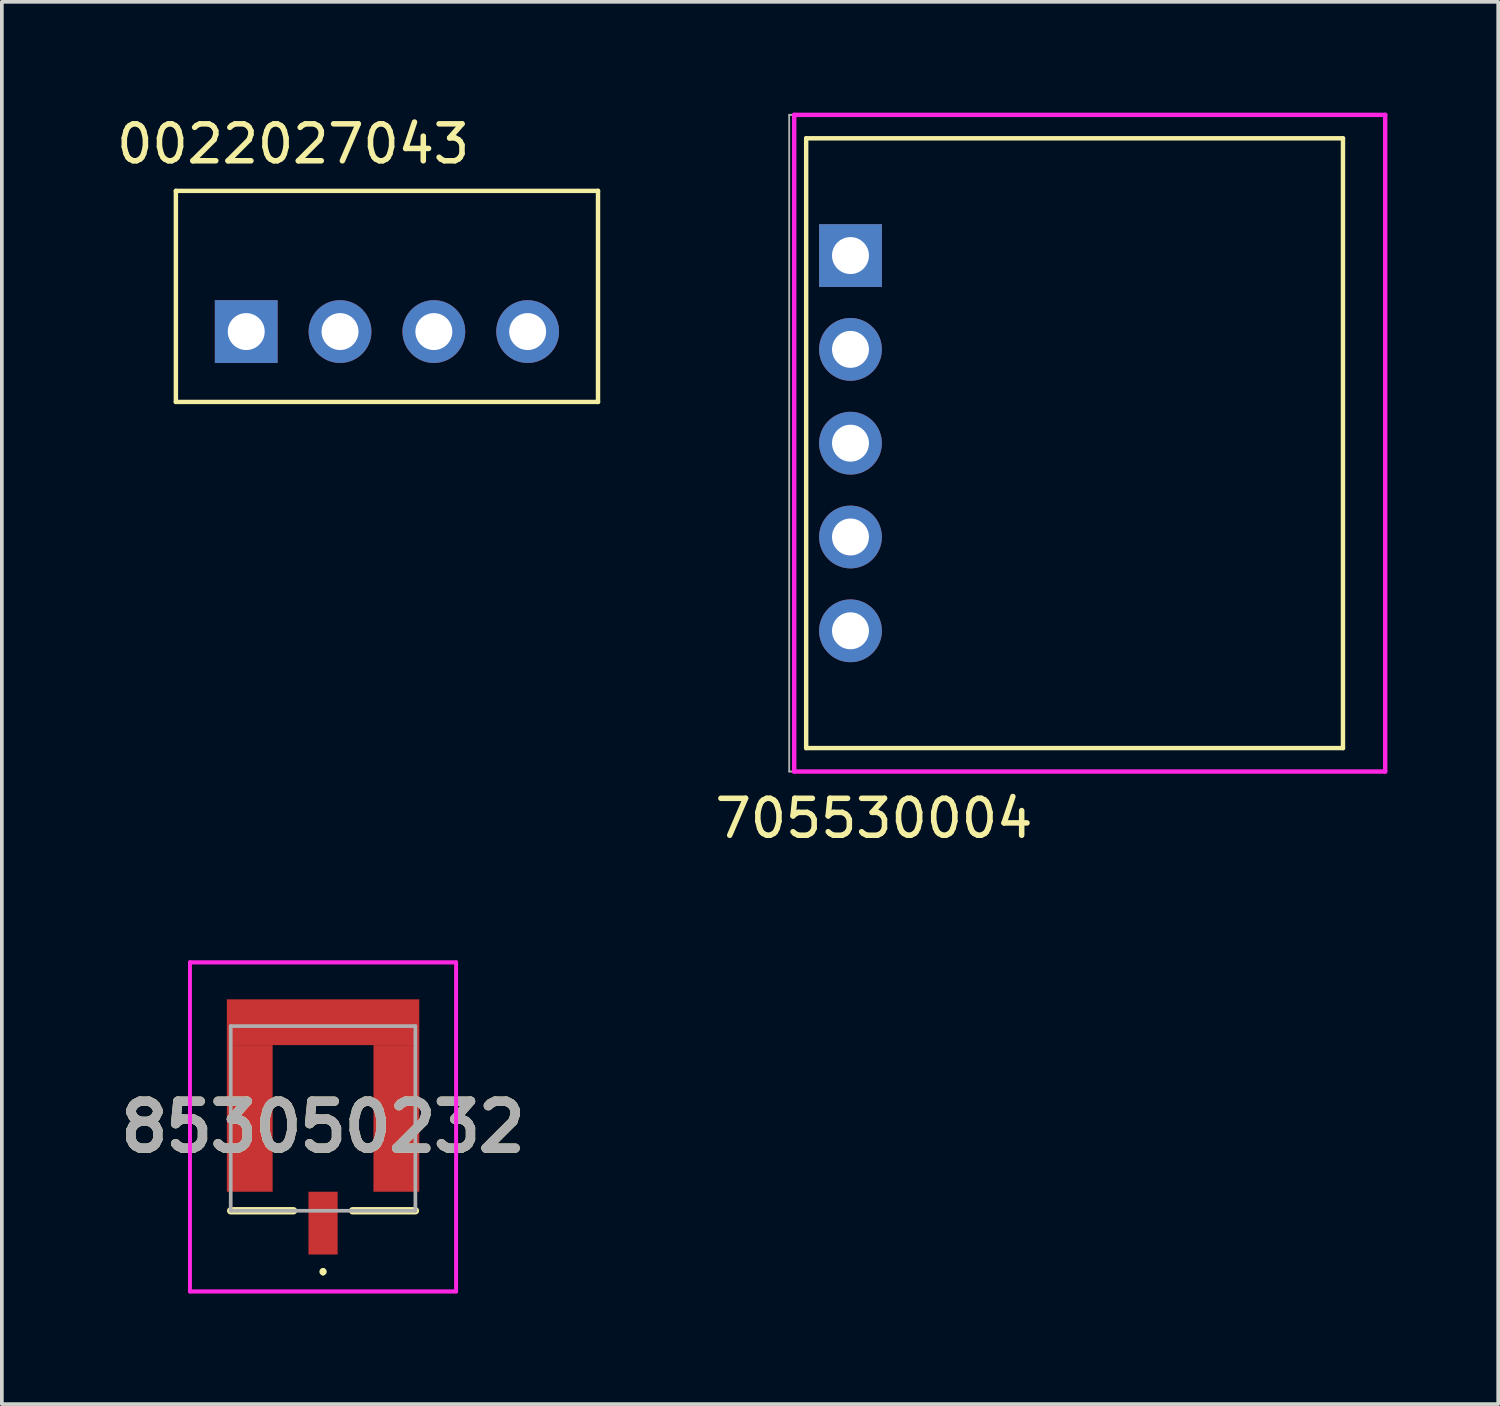
<source format=kicad_pcb>
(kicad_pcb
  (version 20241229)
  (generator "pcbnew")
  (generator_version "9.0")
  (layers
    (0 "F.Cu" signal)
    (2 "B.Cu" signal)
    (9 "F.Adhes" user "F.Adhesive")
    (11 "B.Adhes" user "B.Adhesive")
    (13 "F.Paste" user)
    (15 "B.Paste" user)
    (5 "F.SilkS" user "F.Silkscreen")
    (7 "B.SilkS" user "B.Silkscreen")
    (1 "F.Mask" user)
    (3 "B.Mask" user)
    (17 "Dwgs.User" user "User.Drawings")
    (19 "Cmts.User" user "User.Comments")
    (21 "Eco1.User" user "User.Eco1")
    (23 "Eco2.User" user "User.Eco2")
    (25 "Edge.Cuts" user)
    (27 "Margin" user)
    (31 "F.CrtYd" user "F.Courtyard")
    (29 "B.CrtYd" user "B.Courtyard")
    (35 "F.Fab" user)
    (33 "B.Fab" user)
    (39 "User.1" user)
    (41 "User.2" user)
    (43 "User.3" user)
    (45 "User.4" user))
  (footprint "0022027043"
    (layer "F.Cu")
    (at 3.617 5.928)
    (property "Reference" "0022027043" (at 1.27 -5.08 180) (layer "F.SilkS") (effects (font (size 1 1) (thickness 0.15))))
    (attr through_hole)
    (fp_line (start -1.905 -3.81) (end 9.525 -3.81) (stroke (width 0.12) (type solid)) (layer "F.SilkS"))
    (fp_line (start -1.905 1.905) (end -1.905 -3.81) (stroke (width 0.12) (type solid)) (layer "F.SilkS"))
    (fp_line (start 9.525 -3.81) (end 9.525 1.905) (stroke (width 0.12) (type solid)) (layer "F.SilkS"))
    (fp_line (start 9.525 1.905) (end -1.905 1.905) (stroke (width 0.12) (type solid)) (layer "F.SilkS"))
    (pad "1" thru_hole rect (at 0 0 90) (size 1.7 1.7) (drill 1) (layers "*.Cu" "*.Mask"))
    (pad "2" thru_hole oval (at 2.54 0 90) (size 1.7 1.7) (drill 1) (layers "*.Cu" "*.Mask"))
    (pad "3" thru_hole oval (at 5.08 0 90) (size 1.7 1.7) (drill 1) (layers "*.Cu" "*.Mask"))
    (pad "4" thru_hole oval (at 7.62 0 90) (size 1.7 1.7) (drill 1) (layers "*.Cu" "*.Mask")))
  (footprint "705530004"
    (layer "F.Cu")
    (at 19.978 3.87)
    (property "Reference" "705530004" (at 0.635 15.24 0) (layer "F.SilkS") (effects (font (size 1 1) (thickness 0.15))))
    (attr through_hole)
    (fp_line (start -1.2 -3.175) (end -1.2 13.335) (stroke (width 0.12) (type solid)) (layer "F.SilkS"))
    (fp_line (start -1.2 -3.175) (end 13.335 -3.175) (stroke (width 0.12) (type solid)) (layer "F.SilkS"))
    (fp_line (start -1.2 13.335) (end 13.335 13.335) (stroke (width 0.12) (type solid)) (layer "F.SilkS"))
    (fp_line (start 13.335 -3.175) (end 13.335 13.335) (stroke (width 0.12) (type solid)) (layer "F.SilkS"))
    (fp_line (start -1.524 -3.81) (end 14.478 -3.81) (stroke (width 0.12) (type solid)) (layer "F.CrtYd"))
    (fp_line (start -1.524 13.97) (end -1.524 -3.81) (stroke (width 0.12) (type solid)) (layer "F.CrtYd"))
    (fp_line (start 14.478 -3.81) (end 14.478 13.97) (stroke (width 0.12) (type solid)) (layer "F.CrtYd"))
    (fp_line (start 14.478 13.97) (end -1.524 13.97) (stroke (width 0.12) (type solid)) (layer "F.CrtYd"))
    (fp_line (start -1.66 -3.81) (end -1.66 13.97) (stroke (width 0.05) (type solid)) (layer "F.Fab"))
    (fp_line (start -1.66 13.97) (end 14.478 13.97) (stroke (width 0.05) (type solid)) (layer "F.Fab"))
    (fp_line (start 14.478 -3.81) (end -1.66 -3.81) (stroke (width 0.05) (type solid)) (layer "F.Fab"))
    (fp_line (start 14.478 13.97) (end 14.478 -3.81) (stroke (width 0.05) (type solid)) (layer "F.Fab"))
    (pad "1" thru_hole rect (at 0 0) (size 1.7 1.7) (drill 1) (layers "*.Cu" "*.Mask"))
    (pad "2" thru_hole oval (at 0 2.54) (size 1.7 1.7) (drill 1) (layers "*.Cu" "*.Mask"))
    (pad "3" thru_hole oval (at 0 5.08) (size 1.7 1.7) (drill 1) (layers "*.Cu" "*.Mask"))
    (pad "4" thru_hole oval (at 0 7.62) (size 1.7 1.7) (drill 1) (layers "*.Cu" "*.Mask"))
    (pad "5" thru_hole oval (at 0 10.16) (size 1.7 1.7) (drill 1) (layers "*.Cu" "*.Mask")))
  (footprint "853050232"
    (layer "F.Cu")
    (at 5.697 27.233)
    (property "Reference" "853050232" (at 0 0.23 0) (layer "F.SilkS") (effects (font (size 1.27 1.27) (thickness 0.254))))
    (attr smd)
    (fp_line (start -2.5 2.5) (end -0.8 2.5) (stroke (width 0.2) (type solid)) (layer "F.SilkS"))
    (fp_line (start 0 4.1) (end 0 4.1) (stroke (width 0.1) (type solid)) (layer "F.SilkS"))
    (fp_line (start 0 4.2) (end 0 4.2) (stroke (width 0.1) (type solid)) (layer "F.SilkS"))
    (fp_line (start 2.5 2.5) (end 0.8 2.5) (stroke (width 0.2) (type solid)) (layer "F.SilkS"))
    (fp_arc (start 0 4.1) (mid 0.05 4.15) (end 0 4.2) (stroke (width 0.1) (type solid)) (layer "F.SilkS"))
    (fp_arc (start 0 4.2) (mid -0.05 4.15) (end 0 4.1) (stroke (width 0.1) (type solid)) (layer "F.SilkS"))
    (fp_line (start -3.605 -4.225) (end 3.605 -4.225) (stroke (width 0.1) (type solid)) (layer "F.CrtYd"))
    (fp_line (start -3.605 -4.225) (end 3.605 -4.225) (stroke (width 0.1) (type solid)) (layer "F.CrtYd"))
    (fp_line (start -3.605 4.685) (end -3.605 -4.225) (stroke (width 0.1) (type solid)) (layer "F.CrtYd"))
    (fp_line (start -3.605 4.685) (end -3.605 -4.225) (stroke (width 0.1) (type solid)) (layer "F.CrtYd"))
    (fp_line (start 3.605 -4.225) (end 3.605 4.685) (stroke (width 0.1) (type solid)) (layer "F.CrtYd"))
    (fp_line (start 3.605 -4.225) (end 3.605 4.685) (stroke (width 0.1) (type solid)) (layer "F.CrtYd"))
    (fp_line (start 3.605 4.685) (end -3.605 4.685) (stroke (width 0.1) (type solid)) (layer "F.CrtYd"))
    (fp_line (start 3.605 4.685) (end -3.605 4.685) (stroke (width 0.1) (type solid)) (layer "F.CrtYd"))
    (fp_line (start -2.5 -2.5) (end 2.5 -2.5) (stroke (width 0.1) (type solid)) (layer "F.Fab"))
    (fp_line (start -2.5 2.5) (end -2.5 -2.5) (stroke (width 0.1) (type solid)) (layer "F.Fab"))
    (fp_line (start 2.5 -2.5) (end 2.5 2.5) (stroke (width 0.1) (type solid)) (layer "F.Fab"))
    (fp_line (start 2.5 2.5) (end -2.5 2.5) (stroke (width 0.1) (type solid)) (layer "F.Fab"))
    (fp_text user "${REFERENCE}" (at 0 0.23 0) (layer "F.Fab") (effects (font (size 1.27 1.27) (thickness 0.254))))
    (pad "1" smd rect (at 0 2.835) (size 0.79 1.7) (layers "F.Cu" "F.Mask" "F.Paste"))
    (pad "2" smd rect (at 1.985 0) (size 1.24 3.97) (layers "F.Cu" "F.Mask" "F.Paste"))
    (pad "3" smd rect (at -1.985 0) (size 1.24 3.97) (layers "F.Cu" "F.Mask" "F.Paste"))
    (pad "4" smd rect (at 0 -2.605 90) (size 1.24 5.21) (layers "F.Cu" "F.Mask" "F.Paste")))
  (gr_rect
    (start -3 -3)
    (end 37.516 34.968)
    (stroke (width 0.1) (type default))
    (fill no)
    (layer "Edge.Cuts")))
</source>
